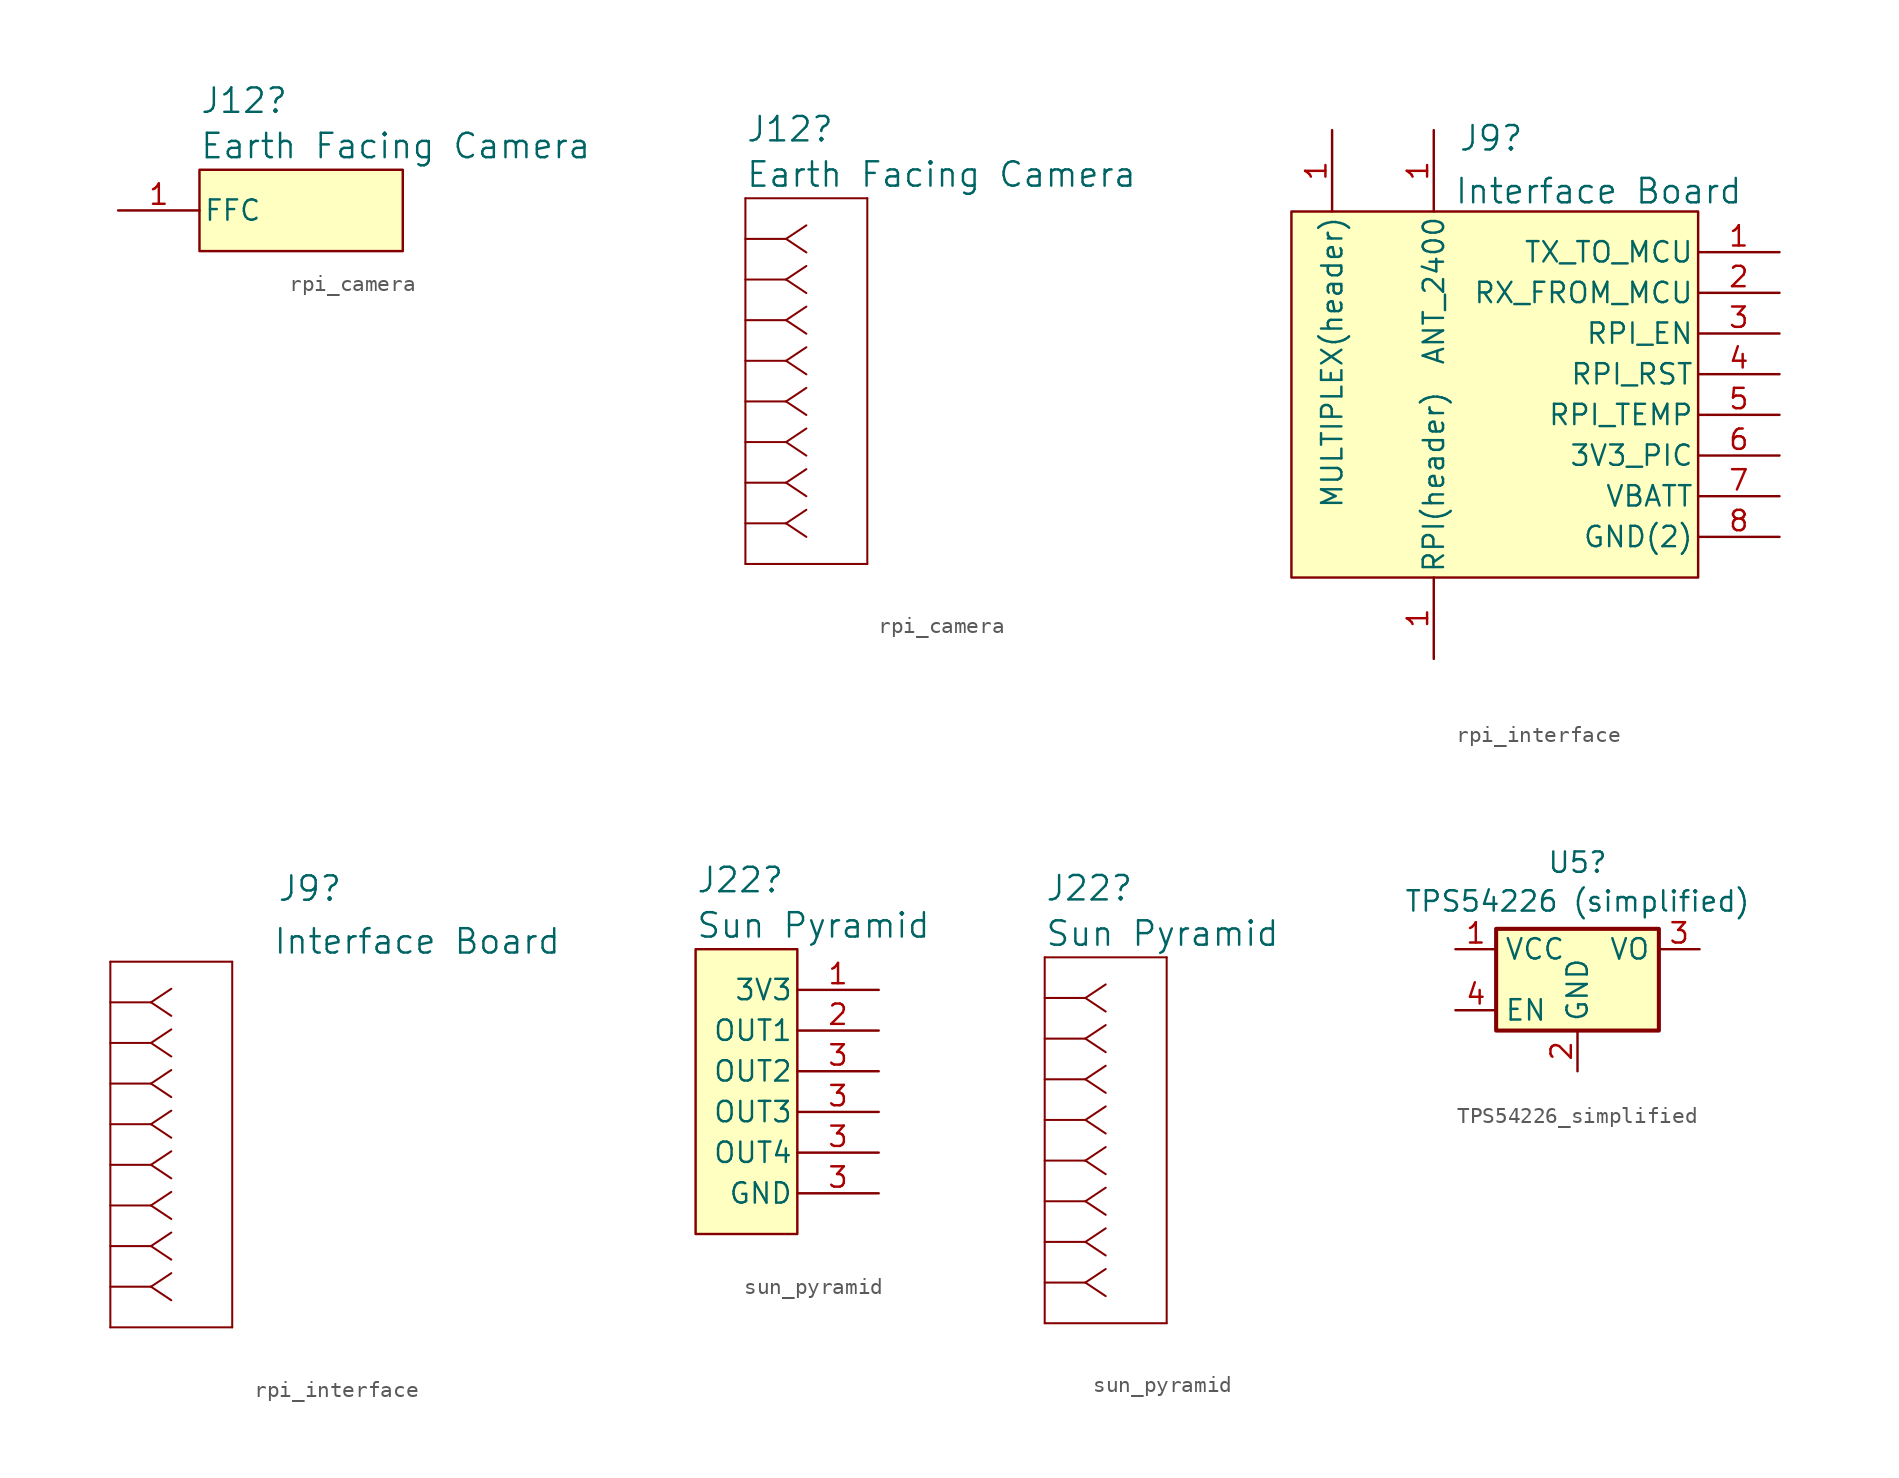
<source format=kicad_sym>
(kicad_symbol_lib
  (version 20241209)
  (generator "kicad_symbol_editor")
  (generator_version "9.0")
  (symbol "rpi_camera"
    (pin_names
      (offset 0.254))
    (property "Reference" "J12"
      (at 5.08 6.858 0)
      (effects (font (size 1.524 1.524)) (justify left)))
    (property "Value" "Earth Facing Camera"
      (at 5.08 4.025 0)
      (effects (font (size 1.524 1.524)) (justify left)))
    (symbol "rpi_camera_1_1"
      (rectangle (start 5.08 2.54) (end 17.78 -2.54) (stroke (width 0) (type default)) (fill (type background)))
      (pin passive line (at 0 0 0) (length 5.08) (name "FFC" (effects (font (size 1.27 1.27)))) (number "1" (effects (font (size 1.27 1.27))))))
    (symbol "rpi_camera_1_2"
      (polyline (pts (xy 5.08 2.54) (xy 5.08 -20.32)) (stroke (width 0.127) (type default)) (fill (type none)))
      (polyline (pts (xy 5.08 -20.32) (xy 12.7 -20.32)) (stroke (width 0.127) (type default)) (fill (type none)))
      (polyline (pts (xy 7.62 0) (xy 5.08 0)) (stroke (width 0.127) (type default)) (fill (type none)))
      (polyline (pts (xy 7.62 0) (xy 8.89 0.847)) (stroke (width 0.127) (type default)) (fill (type none)))
      (polyline (pts (xy 7.62 0) (xy 8.89 -0.847)) (stroke (width 0.127) (type default)) (fill (type none)))
      (polyline (pts (xy 7.62 -2.54) (xy 5.08 -2.54)) (stroke (width 0.127) (type default)) (fill (type none)))
      (polyline (pts (xy 7.62 -2.54) (xy 8.89 -1.693)) (stroke (width 0.127) (type default)) (fill (type none)))
      (polyline (pts (xy 7.62 -2.54) (xy 8.89 -3.387)) (stroke (width 0.127) (type default)) (fill (type none)))
      (polyline (pts (xy 7.62 -5.08) (xy 5.08 -5.08)) (stroke (width 0.127) (type default)) (fill (type none)))
      (polyline (pts (xy 7.62 -5.08) (xy 8.89 -4.233)) (stroke (width 0.127) (type default)) (fill (type none)))
      (polyline (pts (xy 7.62 -5.08) (xy 8.89 -5.927)) (stroke (width 0.127) (type default)) (fill (type none)))
      (polyline (pts (xy 7.62 -7.62) (xy 5.08 -7.62)) (stroke (width 0.127) (type default)) (fill (type none)))
      (polyline (pts (xy 7.62 -7.62) (xy 8.89 -6.773)) (stroke (width 0.127) (type default)) (fill (type none)))
      (polyline (pts (xy 7.62 -7.62) (xy 8.89 -8.467)) (stroke (width 0.127) (type default)) (fill (type none)))
      (polyline (pts (xy 7.62 -10.16) (xy 5.08 -10.16)) (stroke (width 0.127) (type default)) (fill (type none)))
      (polyline (pts (xy 7.62 -10.16) (xy 8.89 -9.313)) (stroke (width 0.127) (type default)) (fill (type none)))
      (polyline (pts (xy 7.62 -10.16) (xy 8.89 -11.007)) (stroke (width 0.127) (type default)) (fill (type none)))
      (polyline (pts (xy 7.62 -12.7) (xy 5.08 -12.7)) (stroke (width 0.127) (type default)) (fill (type none)))
      (polyline (pts (xy 7.62 -12.7) (xy 8.89 -11.853)) (stroke (width 0.127) (type default)) (fill (type none)))
      (polyline (pts (xy 7.62 -12.7) (xy 8.89 -13.547)) (stroke (width 0.127) (type default)) (fill (type none)))
      (polyline (pts (xy 7.62 -15.24) (xy 5.08 -15.24)) (stroke (width 0.127) (type default)) (fill (type none)))
      (polyline (pts (xy 7.62 -15.24) (xy 8.89 -14.393)) (stroke (width 0.127) (type default)) (fill (type none)))
      (polyline (pts (xy 7.62 -15.24) (xy 8.89 -16.087)) (stroke (width 0.127) (type default)) (fill (type none)))
      (polyline (pts (xy 7.62 -17.78) (xy 5.08 -17.78)) (stroke (width 0.127) (type default)) (fill (type none)))
      (polyline (pts (xy 7.62 -17.78) (xy 8.89 -16.933)) (stroke (width 0.127) (type default)) (fill (type none)))
      (polyline (pts (xy 7.62 -17.78) (xy 8.89 -18.627)) (stroke (width 0.127) (type default)) (fill (type none)))
      (polyline (pts (xy 12.7 2.54) (xy 5.08 2.54)) (stroke (width 0.127) (type default)) (fill (type none)))
      (polyline (pts (xy 12.7 -20.32) (xy 12.7 2.54)) (stroke (width 0.127) (type default)) (fill (type none)))))
  (symbol "rpi_interface"
    (pin_names
      (offset 0.254))
    (property "Reference" "J9"
      (at 15.494 7.112 0)
      (effects (font (size 1.524 1.524)) (justify left)))
    (property "Value" "Interface Board"
      (at 15.24 3.81 0)
      (effects (font (size 1.524 1.524)) (justify left)))
    (symbol "rpi_interface_1_1"
      (rectangle (start 5.08 2.54) (end 30.48 -20.32) (stroke (width 0) (type default)) (fill (type background)))
      (pin passive line (at 7.62 7.62 270) (length 5.08) (name "MULTIPLEX(header)" (effects (font (size 1.27 1.27)))) (number "1" (effects (font (size 1.27 1.27)))))
      (pin passive line (at 13.97 7.62 270) (length 5.08) (name "ANT_2400" (effects (font (size 1.27 1.27)))) (number "1" (effects (font (size 1.27 1.27)))))
      (pin passive line (at 13.97 -25.4 90) (length 5.08) (name "RPI(header)" (effects (font (size 1.27 1.27)))) (number "1" (effects (font (size 1.27 1.27)))))
      (pin passive line (at 35.56 0 180) (length 5.08) (name "TX_TO_MCU" (effects (font (size 1.27 1.27)))) (number "1" (effects (font (size 1.27 1.27)))))
      (pin passive line (at 35.56 -2.54 180) (length 5.08) (name "RX_FROM_MCU" (effects (font (size 1.27 1.27)))) (number "2" (effects (font (size 1.27 1.27)))))
      (pin passive line (at 35.56 -5.08 180) (length 5.08) (name "RPI_EN" (effects (font (size 1.27 1.27)))) (number "3" (effects (font (size 1.27 1.27)))))
      (pin passive line (at 35.56 -7.62 180) (length 5.08) (name "RPI_RST" (effects (font (size 1.27 1.27)))) (number "4" (effects (font (size 1.27 1.27)))))
      (pin passive line (at 35.56 -10.16 180) (length 5.08) (name "RPI_TEMP" (effects (font (size 1.27 1.27)))) (number "5" (effects (font (size 1.27 1.27)))))
      (pin passive line (at 35.56 -12.7 180) (length 5.08) (name "3V3_PIC" (effects (font (size 1.27 1.27)))) (number "6" (effects (font (size 1.27 1.27)))))
      (pin passive line (at 35.56 -15.24 180) (length 5.08) (name "VBATT" (effects (font (size 1.27 1.27)))) (number "7" (effects (font (size 1.27 1.27)))))
      (pin passive line (at 35.56 -17.78 180) (length 5.08) (name "GND(2)" (effects (font (size 1.27 1.27)))) (number "8" (effects (font (size 1.27 1.27))))))
    (symbol "rpi_interface_1_2"
      (polyline (pts (xy 5.08 2.54) (xy 5.08 -20.32)) (stroke (width 0.127) (type default)) (fill (type none)))
      (polyline (pts (xy 5.08 -20.32) (xy 12.7 -20.32)) (stroke (width 0.127) (type default)) (fill (type none)))
      (polyline (pts (xy 7.62 0) (xy 5.08 0)) (stroke (width 0.127) (type default)) (fill (type none)))
      (polyline (pts (xy 7.62 0) (xy 8.89 0.847)) (stroke (width 0.127) (type default)) (fill (type none)))
      (polyline (pts (xy 7.62 0) (xy 8.89 -0.847)) (stroke (width 0.127) (type default)) (fill (type none)))
      (polyline (pts (xy 7.62 -2.54) (xy 5.08 -2.54)) (stroke (width 0.127) (type default)) (fill (type none)))
      (polyline (pts (xy 7.62 -2.54) (xy 8.89 -1.693)) (stroke (width 0.127) (type default)) (fill (type none)))
      (polyline (pts (xy 7.62 -2.54) (xy 8.89 -3.387)) (stroke (width 0.127) (type default)) (fill (type none)))
      (polyline (pts (xy 7.62 -5.08) (xy 5.08 -5.08)) (stroke (width 0.127) (type default)) (fill (type none)))
      (polyline (pts (xy 7.62 -5.08) (xy 8.89 -4.233)) (stroke (width 0.127) (type default)) (fill (type none)))
      (polyline (pts (xy 7.62 -5.08) (xy 8.89 -5.927)) (stroke (width 0.127) (type default)) (fill (type none)))
      (polyline (pts (xy 7.62 -7.62) (xy 5.08 -7.62)) (stroke (width 0.127) (type default)) (fill (type none)))
      (polyline (pts (xy 7.62 -7.62) (xy 8.89 -6.773)) (stroke (width 0.127) (type default)) (fill (type none)))
      (polyline (pts (xy 7.62 -7.62) (xy 8.89 -8.467)) (stroke (width 0.127) (type default)) (fill (type none)))
      (polyline (pts (xy 7.62 -10.16) (xy 5.08 -10.16)) (stroke (width 0.127) (type default)) (fill (type none)))
      (polyline (pts (xy 7.62 -10.16) (xy 8.89 -9.313)) (stroke (width 0.127) (type default)) (fill (type none)))
      (polyline (pts (xy 7.62 -10.16) (xy 8.89 -11.007)) (stroke (width 0.127) (type default)) (fill (type none)))
      (polyline (pts (xy 7.62 -12.7) (xy 5.08 -12.7)) (stroke (width 0.127) (type default)) (fill (type none)))
      (polyline (pts (xy 7.62 -12.7) (xy 8.89 -11.853)) (stroke (width 0.127) (type default)) (fill (type none)))
      (polyline (pts (xy 7.62 -12.7) (xy 8.89 -13.547)) (stroke (width 0.127) (type default)) (fill (type none)))
      (polyline (pts (xy 7.62 -15.24) (xy 5.08 -15.24)) (stroke (width 0.127) (type default)) (fill (type none)))
      (polyline (pts (xy 7.62 -15.24) (xy 8.89 -14.393)) (stroke (width 0.127) (type default)) (fill (type none)))
      (polyline (pts (xy 7.62 -15.24) (xy 8.89 -16.087)) (stroke (width 0.127) (type default)) (fill (type none)))
      (polyline (pts (xy 7.62 -17.78) (xy 5.08 -17.78)) (stroke (width 0.127) (type default)) (fill (type none)))
      (polyline (pts (xy 7.62 -17.78) (xy 8.89 -16.933)) (stroke (width 0.127) (type default)) (fill (type none)))
      (polyline (pts (xy 7.62 -17.78) (xy 8.89 -18.627)) (stroke (width 0.127) (type default)) (fill (type none)))
      (polyline (pts (xy 12.7 2.54) (xy 5.08 2.54)) (stroke (width 0.127) (type default)) (fill (type none)))
      (polyline (pts (xy 12.7 -20.32) (xy 12.7 2.54)) (stroke (width 0.127) (type default)) (fill (type none)))))
  (symbol "sun_pyramid"
    (pin_names
      (offset 0.254))
    (property "Reference" "J22"
      (at 5.08 6.858 0)
      (effects (font (size 1.524 1.524)) (justify left)))
    (property "Value" "Sun Pyramid"
      (at 5.08 4.025 0)
      (effects (font (size 1.524 1.524)) (justify left)))
    (symbol "sun_pyramid_1_1"
      (rectangle (start 5.08 2.54) (end 11.43 -15.24) (stroke (width 0) (type default)) (fill (type background)))
      (pin passive line (at 16.51 0 180) (length 5.08) (name "3V3" (effects (font (size 1.27 1.27)))) (number "1" (effects (font (size 1.27 1.27)))))
      (pin passive line (at 16.51 -2.54 180) (length 5.08) (name "OUT1" (effects (font (size 1.27 1.27)))) (number "2" (effects (font (size 1.27 1.27)))))
      (pin passive line (at 16.51 -5.08 180) (length 5.08) (name "OUT2" (effects (font (size 1.27 1.27)))) (number "3" (effects (font (size 1.27 1.27)))))
      (pin passive line (at 16.51 -7.62 180) (length 5.08) (name "OUT3" (effects (font (size 1.27 1.27)))) (number "3" (effects (font (size 1.27 1.27)))))
      (pin passive line (at 16.51 -10.16 180) (length 5.08) (name "OUT4" (effects (font (size 1.27 1.27)))) (number "3" (effects (font (size 1.27 1.27)))))
      (pin passive line (at 16.51 -12.7 180) (length 5.08) (name "GND" (effects (font (size 1.27 1.27)))) (number "3" (effects (font (size 1.27 1.27))))))
    (symbol "sun_pyramid_1_2"
      (polyline (pts (xy 5.08 2.54) (xy 5.08 -20.32)) (stroke (width 0.127) (type default)) (fill (type none)))
      (polyline (pts (xy 5.08 -20.32) (xy 12.7 -20.32)) (stroke (width 0.127) (type default)) (fill (type none)))
      (polyline (pts (xy 7.62 0) (xy 5.08 0)) (stroke (width 0.127) (type default)) (fill (type none)))
      (polyline (pts (xy 7.62 0) (xy 8.89 0.847)) (stroke (width 0.127) (type default)) (fill (type none)))
      (polyline (pts (xy 7.62 0) (xy 8.89 -0.847)) (stroke (width 0.127) (type default)) (fill (type none)))
      (polyline (pts (xy 7.62 -2.54) (xy 5.08 -2.54)) (stroke (width 0.127) (type default)) (fill (type none)))
      (polyline (pts (xy 7.62 -2.54) (xy 8.89 -1.693)) (stroke (width 0.127) (type default)) (fill (type none)))
      (polyline (pts (xy 7.62 -2.54) (xy 8.89 -3.387)) (stroke (width 0.127) (type default)) (fill (type none)))
      (polyline (pts (xy 7.62 -5.08) (xy 5.08 -5.08)) (stroke (width 0.127) (type default)) (fill (type none)))
      (polyline (pts (xy 7.62 -5.08) (xy 8.89 -4.233)) (stroke (width 0.127) (type default)) (fill (type none)))
      (polyline (pts (xy 7.62 -5.08) (xy 8.89 -5.927)) (stroke (width 0.127) (type default)) (fill (type none)))
      (polyline (pts (xy 7.62 -7.62) (xy 5.08 -7.62)) (stroke (width 0.127) (type default)) (fill (type none)))
      (polyline (pts (xy 7.62 -7.62) (xy 8.89 -6.773)) (stroke (width 0.127) (type default)) (fill (type none)))
      (polyline (pts (xy 7.62 -7.62) (xy 8.89 -8.467)) (stroke (width 0.127) (type default)) (fill (type none)))
      (polyline (pts (xy 7.62 -10.16) (xy 5.08 -10.16)) (stroke (width 0.127) (type default)) (fill (type none)))
      (polyline (pts (xy 7.62 -10.16) (xy 8.89 -9.313)) (stroke (width 0.127) (type default)) (fill (type none)))
      (polyline (pts (xy 7.62 -10.16) (xy 8.89 -11.007)) (stroke (width 0.127) (type default)) (fill (type none)))
      (polyline (pts (xy 7.62 -12.7) (xy 5.08 -12.7)) (stroke (width 0.127) (type default)) (fill (type none)))
      (polyline (pts (xy 7.62 -12.7) (xy 8.89 -11.853)) (stroke (width 0.127) (type default)) (fill (type none)))
      (polyline (pts (xy 7.62 -12.7) (xy 8.89 -13.547)) (stroke (width 0.127) (type default)) (fill (type none)))
      (polyline (pts (xy 7.62 -15.24) (xy 5.08 -15.24)) (stroke (width 0.127) (type default)) (fill (type none)))
      (polyline (pts (xy 7.62 -15.24) (xy 8.89 -14.393)) (stroke (width 0.127) (type default)) (fill (type none)))
      (polyline (pts (xy 7.62 -15.24) (xy 8.89 -16.087)) (stroke (width 0.127) (type default)) (fill (type none)))
      (polyline (pts (xy 7.62 -17.78) (xy 5.08 -17.78)) (stroke (width 0.127) (type default)) (fill (type none)))
      (polyline (pts (xy 7.62 -17.78) (xy 8.89 -16.933)) (stroke (width 0.127) (type default)) (fill (type none)))
      (polyline (pts (xy 7.62 -17.78) (xy 8.89 -18.627)) (stroke (width 0.127) (type default)) (fill (type none)))
      (polyline (pts (xy 12.7 2.54) (xy 5.08 2.54)) (stroke (width 0.127) (type default)) (fill (type none)))
      (polyline (pts (xy 12.7 -20.32) (xy 12.7 2.54)) (stroke (width 0.127) (type default)) (fill (type none)))))
  (symbol "TPS54226_simplified"
    (property "Reference" "U5"
      (at 0 5.415 0)
      (effects (font (size 1.27 1.27))))
    (property "Value" "TPS54226 (simplified)"
      (at 0 2.99 0)
      (effects (font (size 1.27 1.27))))
    (symbol "TPS54226_simplified_1_1"
      (rectangle (start -5.08 -5.08) (end 5.08 1.27) (stroke (width 0.254) (type default)) (fill (type background)))
      (pin power_in line (at -7.62 0 0) (length 2.54) (name "VCC" (effects (font (size 1.27 1.27)))) (number "1" (effects (font (size 1.27 1.27)))))
      (pin passive line (at -7.62 -3.81 0) (length 2.54) (name "EN" (effects (font (size 1.27 1.27)))) (number "4" (effects (font (size 1.27 1.27)))))
      (pin power_in line (at 0 -7.62 90) (length 2.54) (name "GND" (effects (font (size 1.27 1.27)))) (number "2" (effects (font (size 1.27 1.27)))))
      (pin power_out line (at 7.62 0 180) (length 2.54) (name "VO" (effects (font (size 1.27 1.27)))) (number "3" (effects (font (size 1.27 1.27))))))))
</source>
